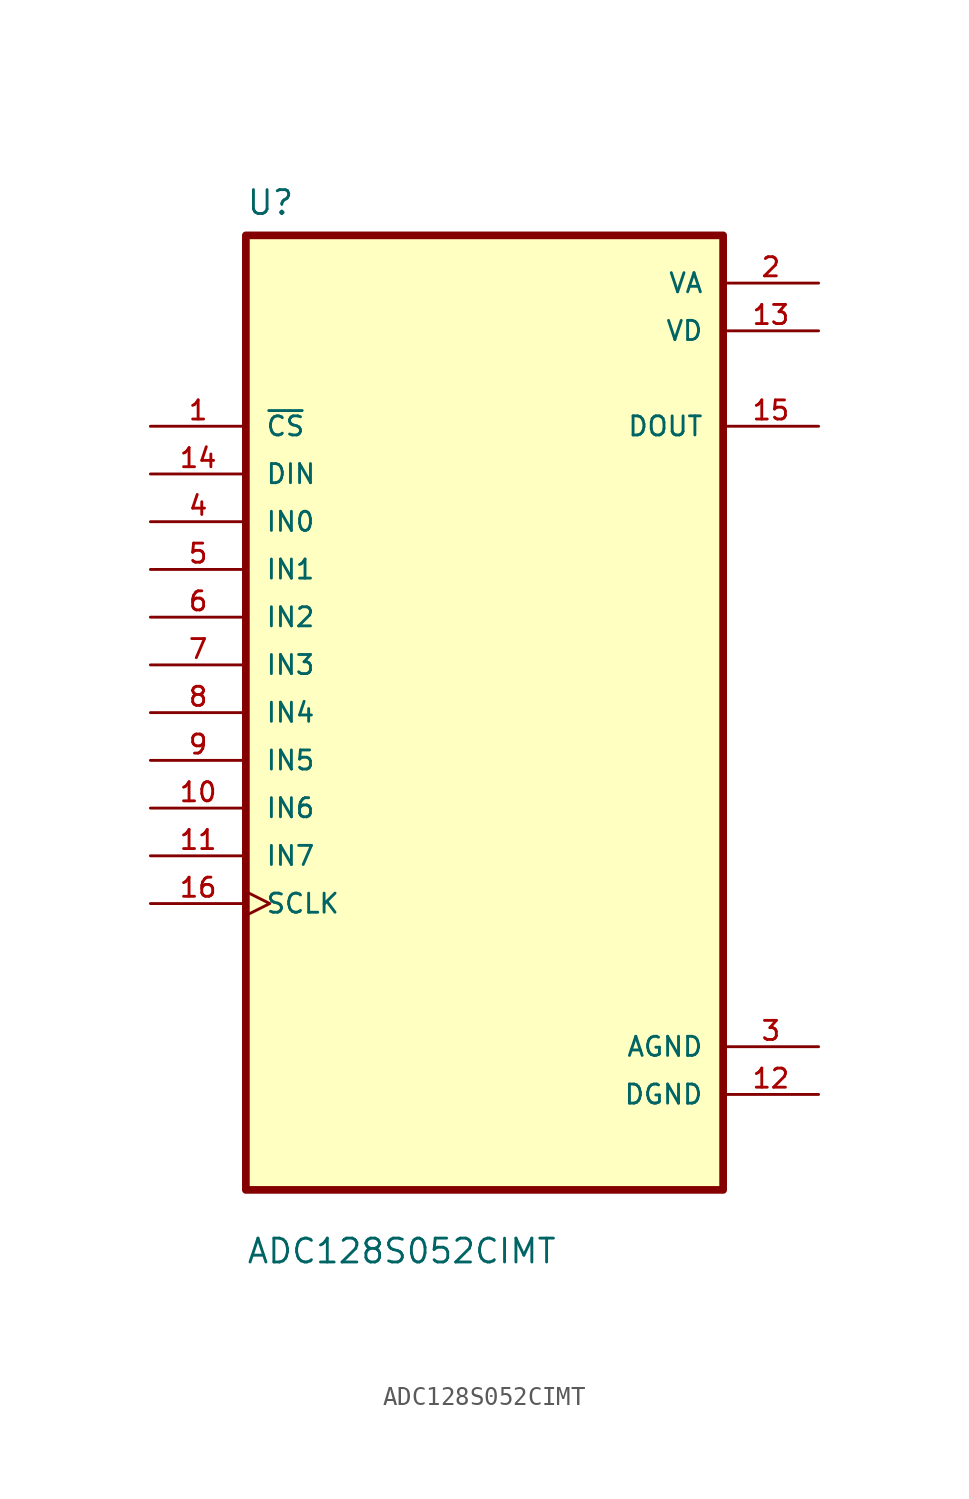
<source format=kicad_sym>
(kicad_symbol_lib
  (version 20211014)
  (generator kicad_symbol_editor)
  (symbol "ADC128S052CIMT"
    (pin_names
      (offset 1.016))
    (property "Reference" "U"
      (at -12.7 26.4 0.0)
      (effects (font (size 1.27 1.27)) (justify bottom left)))
    (property "Value" "ADC128S052CIMT"
      (at -12.7 -29.4 0.0)
      (effects (font (size 1.27 1.27)) (justify bottom left)))
    (symbol "ADC128S052CIMT_0_0"
      (rectangle (start -12.7 -25.4) (end 12.7 25.4) (stroke (width 0.41)) (fill (type background)))
      (pin input line (at -17.78 15.24 0) (length 5.08) (name "~{CS}" (effects (font (size 1.016 1.016)))) (number "1" (effects (font (size 1.016 1.016)))))
      (pin input line (at -17.78 12.7 0) (length 5.08) (name "DIN" (effects (font (size 1.016 1.016)))) (number "14" (effects (font (size 1.016 1.016)))))
      (pin input line (at -17.78 10.16 0) (length 5.08) (name "IN0" (effects (font (size 1.016 1.016)))) (number "4" (effects (font (size 1.016 1.016)))))
      (pin input line (at -17.78 7.62 0) (length 5.08) (name "IN1" (effects (font (size 1.016 1.016)))) (number "5" (effects (font (size 1.016 1.016)))))
      (pin input line (at -17.78 5.08 0) (length 5.08) (name "IN2" (effects (font (size 1.016 1.016)))) (number "6" (effects (font (size 1.016 1.016)))))
      (pin input line (at -17.78 2.54 0) (length 5.08) (name "IN3" (effects (font (size 1.016 1.016)))) (number "7" (effects (font (size 1.016 1.016)))))
      (pin input line (at -17.78 0.0 0) (length 5.08) (name "IN4" (effects (font (size 1.016 1.016)))) (number "8" (effects (font (size 1.016 1.016)))))
      (pin input line (at -17.78 -2.54 0) (length 5.08) (name "IN5" (effects (font (size 1.016 1.016)))) (number "9" (effects (font (size 1.016 1.016)))))
      (pin input line (at -17.78 -5.08 0) (length 5.08) (name "IN6" (effects (font (size 1.016 1.016)))) (number "10" (effects (font (size 1.016 1.016)))))
      (pin input line (at -17.78 -7.62 0) (length 5.08) (name "IN7" (effects (font (size 1.016 1.016)))) (number "11" (effects (font (size 1.016 1.016)))))
      (pin input clock (at -17.78 -10.16 0) (length 5.08) (name "SCLK" (effects (font (size 1.016 1.016)))) (number "16" (effects (font (size 1.016 1.016)))))
      (pin power_in line (at 17.78 22.86 180.0) (length 5.08) (name "VA" (effects (font (size 1.016 1.016)))) (number "2" (effects (font (size 1.016 1.016)))))
      (pin power_in line (at 17.78 20.32 180.0) (length 5.08) (name "VD" (effects (font (size 1.016 1.016)))) (number "13" (effects (font (size 1.016 1.016)))))
      (pin output line (at 17.78 15.24 180.0) (length 5.08) (name "DOUT" (effects (font (size 1.016 1.016)))) (number "15" (effects (font (size 1.016 1.016)))))
      (pin power_in line (at 17.78 -17.78 180.0) (length 5.08) (name "AGND" (effects (font (size 1.016 1.016)))) (number "3" (effects (font (size 1.016 1.016)))))
      (pin power_in line (at 17.78 -20.32 180.0) (length 5.08) (name "DGND" (effects (font (size 1.016 1.016)))) (number "12" (effects (font (size 1.016 1.016))))))))
</source>
